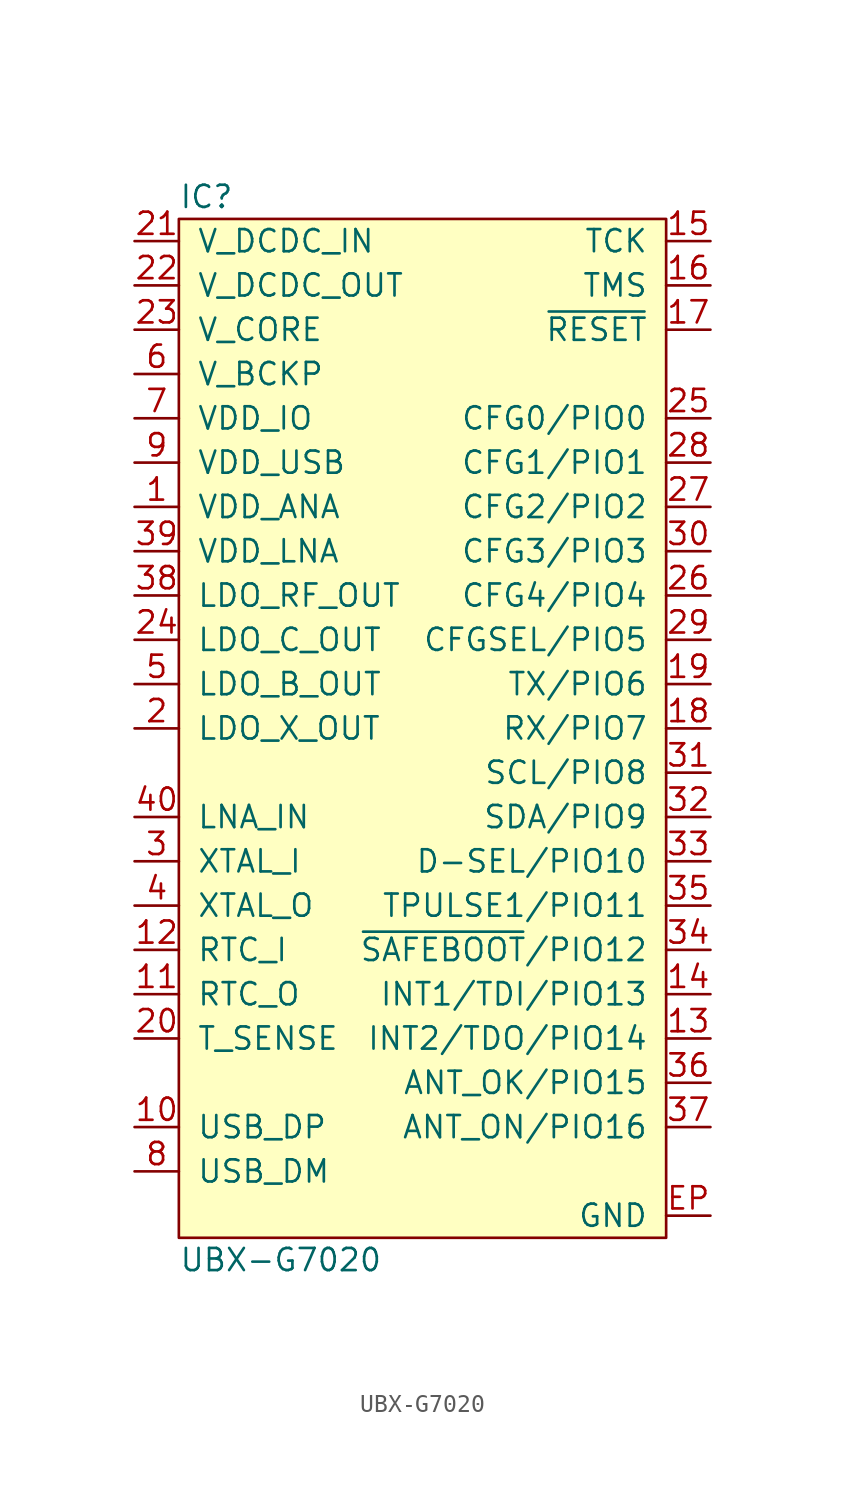
<source format=kicad_sym>
(kicad_symbol_lib
  (version 20211014)
  (generator kicad_symbol_editor)
  (symbol "UBX-G7020"
    (pin_names
      (offset 1.016))
    (property "Reference" "IC"
      (at -12.7 30.48 0)
      (effects (font (size 1.27 1.27)) (justify left)))
    (property "Value" "UBX-G7020"
      (at -12.7 -30.48 0)
      (effects (font (size 1.27 1.27)) (justify left)))
    (symbol "UBX-G7020_0_1"
      (rectangle (start -12.7 29.21) (end 15.24 -29.21) (stroke (width 0) (type default) (color 0 0 0 0)) (fill (type background))))
    (symbol "UBX-G7020_1_1"
      (pin power_in line (at -15.24 12.7 0) (length 2.54) (name "VDD_ANA" (effects (font (size 1.27 1.27)))) (number "1" (effects (font (size 1.27 1.27)))))
      (pin tri_state line (at -15.24 -22.86 0) (length 2.54) (name "USB_DP" (effects (font (size 1.27 1.27)))) (number "10" (effects (font (size 1.27 1.27)))))
      (pin output line (at -15.24 -15.24 0) (length 2.54) (name "RTC_O" (effects (font (size 1.27 1.27)))) (number "11" (effects (font (size 1.27 1.27)))))
      (pin input line (at -15.24 -12.7 0) (length 2.54) (name "RTC_I" (effects (font (size 1.27 1.27)))) (number "12" (effects (font (size 1.27 1.27)))))
      (pin tri_state line (at 17.78 -17.78 180) (length 2.54) (name "INT2/TDO/PIO14" (effects (font (size 1.27 1.27)))) (number "13" (effects (font (size 1.27 1.27)))))
      (pin tri_state line (at 17.78 -15.24 180) (length 2.54) (name "INT1/TDI/PIO13" (effects (font (size 1.27 1.27)))) (number "14" (effects (font (size 1.27 1.27)))))
      (pin input line (at 17.78 27.94 180) (length 2.54) (name "TCK" (effects (font (size 1.27 1.27)))) (number "15" (effects (font (size 1.27 1.27)))))
      (pin input line (at 17.78 25.4 180) (length 2.54) (name "TMS" (effects (font (size 1.27 1.27)))) (number "16" (effects (font (size 1.27 1.27)))))
      (pin input line (at 17.78 22.86 180) (length 2.54) (name "~{RESET}" (effects (font (size 1.27 1.27)))) (number "17" (effects (font (size 1.27 1.27)))))
      (pin tri_state line (at 17.78 0 180) (length 2.54) (name "RX/PIO7" (effects (font (size 1.27 1.27)))) (number "18" (effects (font (size 1.27 1.27)))))
      (pin tri_state line (at 17.78 2.54 180) (length 2.54) (name "TX/PIO6" (effects (font (size 1.27 1.27)))) (number "19" (effects (font (size 1.27 1.27)))))
      (pin power_out line (at -15.24 0 0) (length 2.54) (name "LDO_X_OUT" (effects (font (size 1.27 1.27)))) (number "2" (effects (font (size 1.27 1.27)))))
      (pin input line (at -15.24 -17.78 0) (length 2.54) (name "T_SENSE" (effects (font (size 1.27 1.27)))) (number "20" (effects (font (size 1.27 1.27)))))
      (pin power_in line (at -15.24 27.94 0) (length 2.54) (name "V_DCDC_IN" (effects (font (size 1.27 1.27)))) (number "21" (effects (font (size 1.27 1.27)))))
      (pin power_out line (at -15.24 25.4 0) (length 2.54) (name "V_DCDC_OUT" (effects (font (size 1.27 1.27)))) (number "22" (effects (font (size 1.27 1.27)))))
      (pin power_in line (at -15.24 22.86 0) (length 2.54) (name "V_CORE" (effects (font (size 1.27 1.27)))) (number "23" (effects (font (size 1.27 1.27)))))
      (pin power_out line (at -15.24 5.08 0) (length 2.54) (name "LDO_C_OUT" (effects (font (size 1.27 1.27)))) (number "24" (effects (font (size 1.27 1.27)))))
      (pin tri_state line (at 17.78 17.78 180) (length 2.54) (name "CFG0/PIO0" (effects (font (size 1.27 1.27)))) (number "25" (effects (font (size 1.27 1.27)))))
      (pin tri_state line (at 17.78 7.62 180) (length 2.54) (name "CFG4/PIO4" (effects (font (size 1.27 1.27)))) (number "26" (effects (font (size 1.27 1.27)))))
      (pin tri_state line (at 17.78 12.7 180) (length 2.54) (name "CFG2/PIO2" (effects (font (size 1.27 1.27)))) (number "27" (effects (font (size 1.27 1.27)))))
      (pin tri_state line (at 17.78 15.24 180) (length 2.54) (name "CFG1/PIO1" (effects (font (size 1.27 1.27)))) (number "28" (effects (font (size 1.27 1.27)))))
      (pin tri_state line (at 17.78 5.08 180) (length 2.54) (name "CFGSEL/PIO5" (effects (font (size 1.27 1.27)))) (number "29" (effects (font (size 1.27 1.27)))))
      (pin input line (at -15.24 -7.62 0) (length 2.54) (name "XTAL_I" (effects (font (size 1.27 1.27)))) (number "3" (effects (font (size 1.27 1.27)))))
      (pin tri_state line (at 17.78 10.16 180) (length 2.54) (name "CFG3/PIO3" (effects (font (size 1.27 1.27)))) (number "30" (effects (font (size 1.27 1.27)))))
      (pin tri_state line (at 17.78 -2.54 180) (length 2.54) (name "SCL/PIO8" (effects (font (size 1.27 1.27)))) (number "31" (effects (font (size 1.27 1.27)))))
      (pin tri_state line (at 17.78 -5.08 180) (length 2.54) (name "SDA/PIO9" (effects (font (size 1.27 1.27)))) (number "32" (effects (font (size 1.27 1.27)))))
      (pin tri_state line (at 17.78 -7.62 180) (length 2.54) (name "D-SEL/PIO10" (effects (font (size 1.27 1.27)))) (number "33" (effects (font (size 1.27 1.27)))))
      (pin tri_state line (at 17.78 -12.7 180) (length 2.54) (name "~{SAFEBOOT}/PIO12" (effects (font (size 1.27 1.27)))) (number "34" (effects (font (size 1.27 1.27)))))
      (pin tri_state line (at 17.78 -10.16 180) (length 2.54) (name "TPULSE1/PIO11" (effects (font (size 1.27 1.27)))) (number "35" (effects (font (size 1.27 1.27)))))
      (pin tri_state line (at 17.78 -20.32 180) (length 2.54) (name "ANT_OK/PIO15" (effects (font (size 1.27 1.27)))) (number "36" (effects (font (size 1.27 1.27)))))
      (pin tri_state line (at 17.78 -22.86 180) (length 2.54) (name "ANT_ON/PIO16" (effects (font (size 1.27 1.27)))) (number "37" (effects (font (size 1.27 1.27)))))
      (pin power_out line (at -15.24 7.62 0) (length 2.54) (name "LDO_RF_OUT" (effects (font (size 1.27 1.27)))) (number "38" (effects (font (size 1.27 1.27)))))
      (pin power_in line (at -15.24 10.16 0) (length 2.54) (name "VDD_LNA" (effects (font (size 1.27 1.27)))) (number "39" (effects (font (size 1.27 1.27)))))
      (pin output line (at -15.24 -10.16 0) (length 2.54) (name "XTAL_O" (effects (font (size 1.27 1.27)))) (number "4" (effects (font (size 1.27 1.27)))))
      (pin input line (at -15.24 -5.08 0) (length 2.54) (name "LNA_IN" (effects (font (size 1.27 1.27)))) (number "40" (effects (font (size 1.27 1.27)))))
      (pin power_out line (at -15.24 2.54 0) (length 2.54) (name "LDO_B_OUT" (effects (font (size 1.27 1.27)))) (number "5" (effects (font (size 1.27 1.27)))))
      (pin power_in line (at -15.24 20.32 0) (length 2.54) (name "V_BCKP" (effects (font (size 1.27 1.27)))) (number "6" (effects (font (size 1.27 1.27)))))
      (pin power_in line (at -15.24 17.78 0) (length 2.54) (name "VDD_IO" (effects (font (size 1.27 1.27)))) (number "7" (effects (font (size 1.27 1.27)))))
      (pin tri_state line (at -15.24 -25.4 0) (length 2.54) (name "USB_DM" (effects (font (size 1.27 1.27)))) (number "8" (effects (font (size 1.27 1.27)))))
      (pin power_in line (at -15.24 15.24 0) (length 2.54) (name "VDD_USB" (effects (font (size 1.27 1.27)))) (number "9" (effects (font (size 1.27 1.27)))))
      (pin power_in line (at 17.78 -27.94 180) (length 2.54) (name "GND" (effects (font (size 1.27 1.27)))) (number "EP" (effects (font (size 1.27 1.27))))))))
</source>
